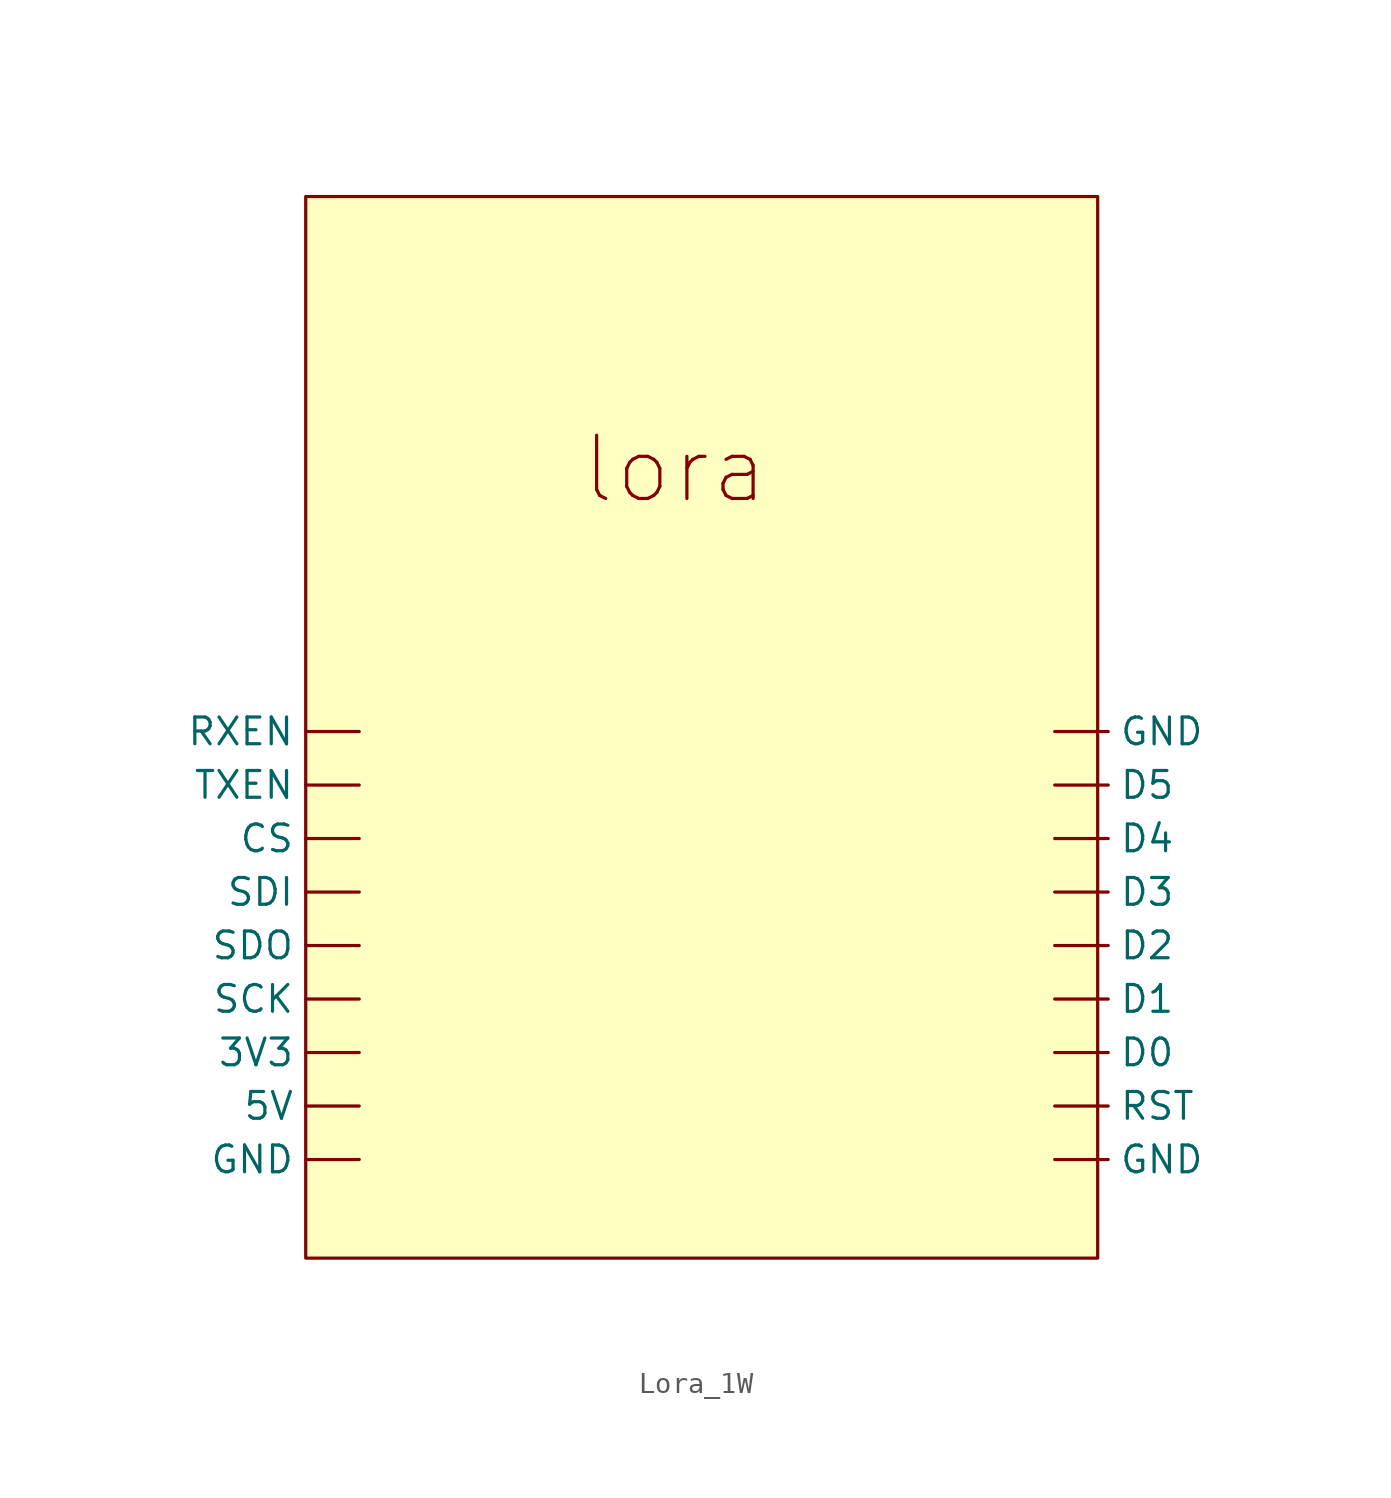
<source format=kicad_sym>
(kicad_symbol_lib
  (version 20241209)
  (generator "kicad_symbol_editor")
  (generator_version "9.0")
  (symbol "Lora_1W"
    (property "Reference" "lora_1w"
      (at -0.762 13.462 0)
      (effects (font (size 1.27 1.27)) (hide yes)))
    (property "Value" ""
      (at 0 0 0)
      (effects (font (size 1.27 1.27))))
    (symbol "Lora_1W_1_1"
      (rectangle (start 0 0) (end 37.6 -50.4) (stroke (width 0) (type solid)) (fill (type color) (color 255 255 194 1)))
      (text "lora\n" (at 17.526 -12.954 0) (effects (font (size 3 3))))
      (pin input line (at 2.54 -25.4 180) (length 2.54) (name "RXEN" (effects (font (size 1.27 1.27)))) (number "" (effects (font (size 1.27 1.27)))))
      (pin input line (at 2.54 -27.94 180) (length 2.54) (name "TXEN" (effects (font (size 1.27 1.27)))) (number "" (effects (font (size 1.27 1.27)))))
      (pin input line (at 2.54 -30.48 180) (length 2.54) (name "CS" (effects (font (size 1.27 1.27)))) (number "" (effects (font (size 1.27 1.27)))))
      (pin input line (at 2.54 -33.02 180) (length 2.54) (name "SDI" (effects (font (size 1.27 1.27)))) (number "" (effects (font (size 1.27 1.27)))))
      (pin output line (at 2.54 -35.56 180) (length 2.54) (name "SDO" (effects (font (size 1.27 1.27)))) (number "" (effects (font (size 1.27 1.27)))))
      (pin input line (at 2.54 -38.1 180) (length 2.54) (name "SCK" (effects (font (size 1.27 1.27)))) (number "" (effects (font (size 1.27 1.27)))))
      (pin power_in line (at 2.54 -40.64 180) (length 2.54) (name "3V3" (effects (font (size 1.27 1.27)))) (number "" (effects (font (size 1.27 1.27)))))
      (pin power_in line (at 2.54 -43.18 180) (length 2.54) (name "5V" (effects (font (size 1.27 1.27)))) (number "" (effects (font (size 1.27 1.27)))))
      (pin power_in line (at 2.54 -45.72 180) (length 2.54) (name "GND" (effects (font (size 1.27 1.27)))) (number "" (effects (font (size 1.27 1.27)))))
      (pin power_in line (at 35.56 -25.4 0) (length 2.54) (name "GND" (effects (font (size 1.27 1.27)))) (number "" (effects (font (size 1.27 1.27)))))
      (pin output line (at 35.56 -27.94 0) (length 2.54) (name "D5" (effects (font (size 1.27 1.27)))) (number "" (effects (font (size 1.27 1.27)))))
      (pin output line (at 35.56 -30.48 0) (length 2.54) (name "D4" (effects (font (size 1.27 1.27)))) (number "" (effects (font (size 1.27 1.27)))))
      (pin output line (at 35.56 -33.02 0) (length 2.54) (name "D3" (effects (font (size 1.27 1.27)))) (number "" (effects (font (size 1.27 1.27)))))
      (pin output line (at 35.56 -35.56 0) (length 2.54) (name "D2" (effects (font (size 1.27 1.27)))) (number "" (effects (font (size 1.27 1.27)))))
      (pin output line (at 35.56 -38.1 0) (length 2.54) (name "D1" (effects (font (size 1.27 1.27)))) (number "" (effects (font (size 1.27 1.27)))))
      (pin output line (at 35.56 -40.64 0) (length 2.54) (name "D0" (effects (font (size 1.27 1.27)))) (number "" (effects (font (size 1.27 1.27)))))
      (pin input line (at 35.56 -43.18 0) (length 2.54) (name "RST" (effects (font (size 1.27 1.27)))) (number "" (effects (font (size 1.27 1.27)))))
      (pin power_in line (at 35.56 -45.72 0) (length 2.54) (name "GND" (effects (font (size 1.27 1.27)))) (number "" (effects (font (size 1.27 1.27))))))))
</source>
